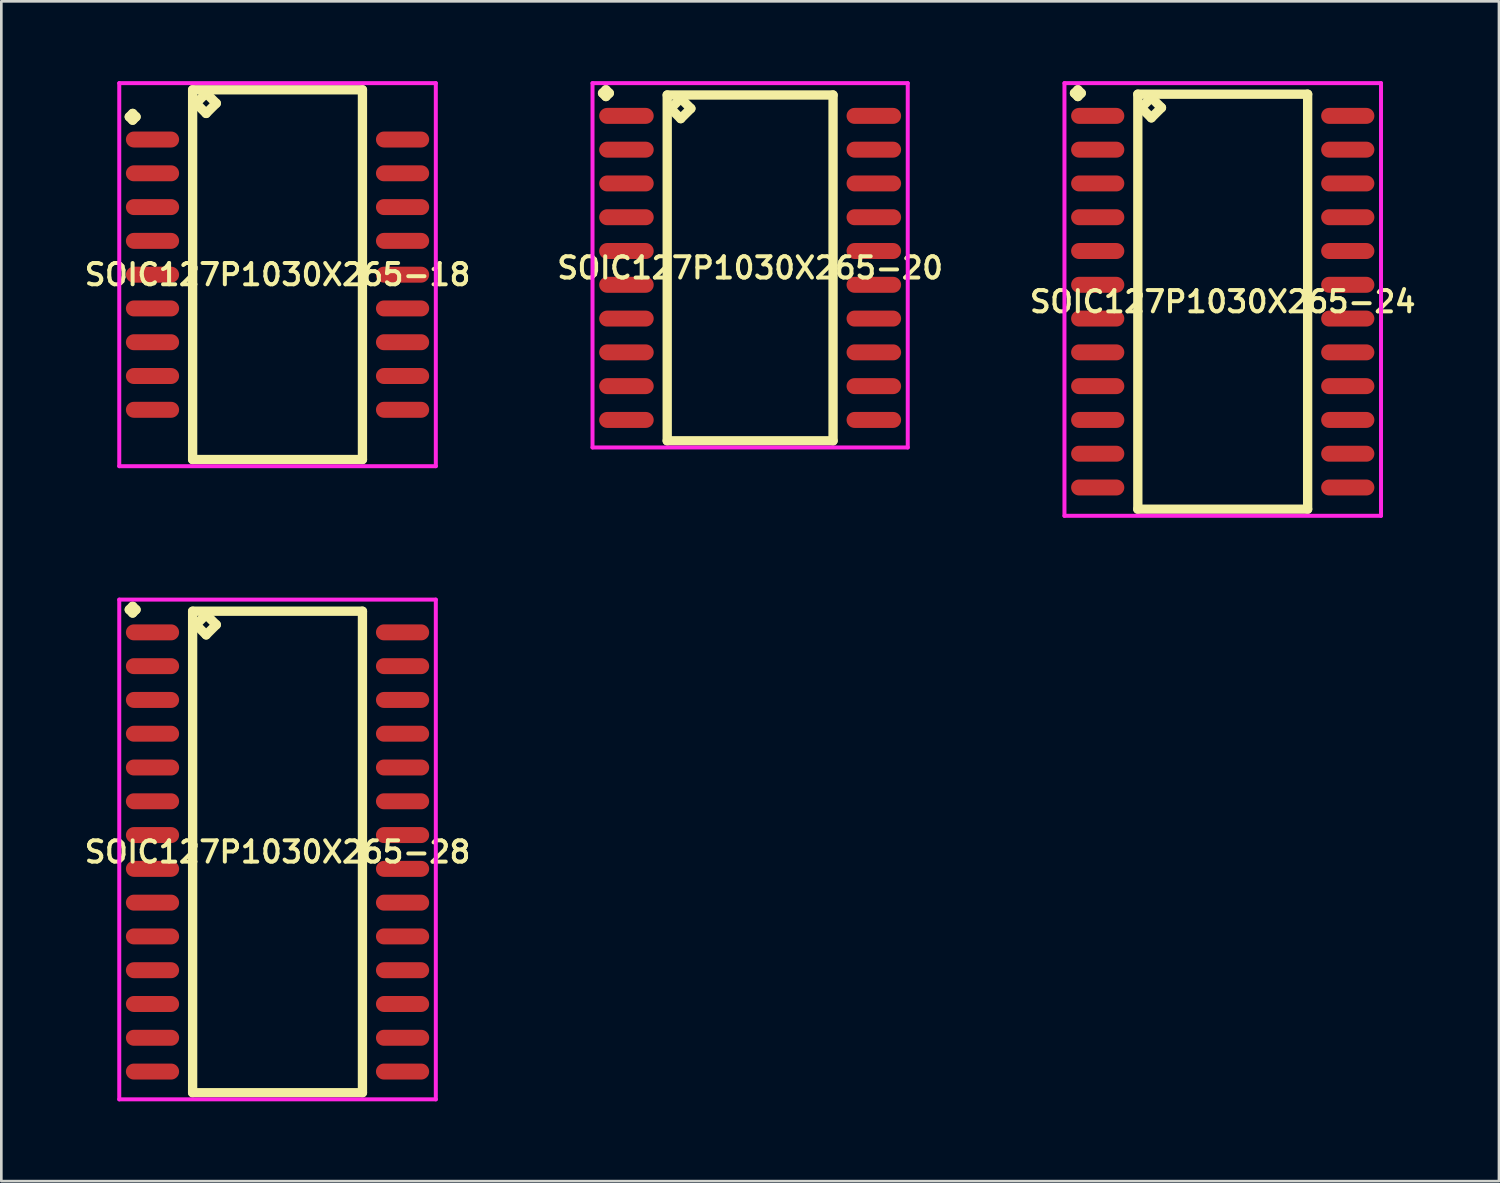
<source format=kicad_pcb>
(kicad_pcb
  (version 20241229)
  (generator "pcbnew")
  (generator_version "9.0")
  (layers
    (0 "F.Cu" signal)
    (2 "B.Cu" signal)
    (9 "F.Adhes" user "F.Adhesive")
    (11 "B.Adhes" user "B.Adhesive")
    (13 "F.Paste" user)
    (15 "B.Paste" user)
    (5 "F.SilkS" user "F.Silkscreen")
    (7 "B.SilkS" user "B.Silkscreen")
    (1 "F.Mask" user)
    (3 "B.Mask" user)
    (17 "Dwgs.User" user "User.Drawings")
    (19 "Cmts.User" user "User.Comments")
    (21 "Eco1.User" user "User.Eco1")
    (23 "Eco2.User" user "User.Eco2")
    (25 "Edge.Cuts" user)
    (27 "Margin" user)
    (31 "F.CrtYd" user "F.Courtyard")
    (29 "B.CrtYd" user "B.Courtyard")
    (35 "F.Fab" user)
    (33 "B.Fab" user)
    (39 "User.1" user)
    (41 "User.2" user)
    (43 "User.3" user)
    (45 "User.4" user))
  (footprint "SOIC127P1030X265-20"
    (layer "F.Cu")
    (at 25.149 7.021)
    (property "Reference" "SOIC127P1030X265-20" (at 0 0 0) (layer "F.SilkS") (effects (font (size 0.8 0.8) (thickness 0.15))))
    (attr smd)
    (fp_line (start -5.548 -6.569) (end -5.421 -6.696) (stroke (width 0.35) (type solid)) (layer "F.SilkS"))
    (fp_line (start -5.421 -6.696) (end -5.294 -6.569) (stroke (width 0.35) (type solid)) (layer "F.SilkS"))
    (fp_line (start -5.421 -6.442) (end -5.548 -6.569) (stroke (width 0.35) (type solid)) (layer "F.SilkS"))
    (fp_line (start -5.294 -6.569) (end -5.421 -6.442) (stroke (width 0.35) (type solid)) (layer "F.SilkS"))
    (fp_line (start -3.117 -6.5) (end -3.117 6.5) (stroke (width 0.35) (type solid)) (layer "F.SilkS"))
    (fp_line (start -3.117 6.5) (end 3.117 6.5) (stroke (width 0.35) (type solid)) (layer "F.SilkS"))
    (fp_line (start -2.99 -5.992) (end -2.609 -6.373) (stroke (width 0.35) (type solid)) (layer "F.SilkS"))
    (fp_line (start -2.609 -6.373) (end -2.228 -5.992) (stroke (width 0.35) (type solid)) (layer "F.SilkS"))
    (fp_line (start -2.609 -5.611) (end -2.99 -5.992) (stroke (width 0.35) (type solid)) (layer "F.SilkS"))
    (fp_line (start -2.228 -5.992) (end -2.609 -5.611) (stroke (width 0.35) (type solid)) (layer "F.SilkS"))
    (fp_line (start 3.117 -6.5) (end -3.117 -6.5) (stroke (width 0.35) (type solid)) (layer "F.SilkS"))
    (fp_line (start 3.117 6.5) (end 3.117 -6.5) (stroke (width 0.35) (type solid)) (layer "F.SilkS"))
    (fp_line (start -5.925 -6.946) (end 5.925 -6.946) (stroke (width 0.15) (type solid)) (layer "F.CrtYd"))
    (fp_line (start -5.925 6.75) (end -5.925 -6.946) (stroke (width 0.15) (type solid)) (layer "F.CrtYd"))
    (fp_line (start 5.925 -6.946) (end 5.925 6.75) (stroke (width 0.15) (type solid)) (layer "F.CrtYd"))
    (fp_line (start 5.925 6.75) (end -5.925 6.75) (stroke (width 0.15) (type solid)) (layer "F.CrtYd"))
    (pad "1" smd oval (at -4.65 -5.715) (size 2.05 0.6) (layers "F.Cu" "F.Mask" "F.Paste"))
    (pad "2" smd oval (at -4.65 -4.445) (size 2.05 0.6) (layers "F.Cu" "F.Mask" "F.Paste"))
    (pad "3" smd oval (at -4.65 -3.175) (size 2.05 0.6) (layers "F.Cu" "F.Mask" "F.Paste"))
    (pad "4" smd oval (at -4.65 -1.905) (size 2.05 0.6) (layers "F.Cu" "F.Mask" "F.Paste"))
    (pad "5" smd oval (at -4.65 -0.635) (size 2.05 0.6) (layers "F.Cu" "F.Mask" "F.Paste"))
    (pad "6" smd oval (at -4.65 0.635) (size 2.05 0.6) (layers "F.Cu" "F.Mask" "F.Paste"))
    (pad "7" smd oval (at -4.65 1.905) (size 2.05 0.6) (layers "F.Cu" "F.Mask" "F.Paste"))
    (pad "8" smd oval (at -4.65 3.175) (size 2.05 0.6) (layers "F.Cu" "F.Mask" "F.Paste"))
    (pad "9" smd oval (at -4.65 4.445) (size 2.05 0.6) (layers "F.Cu" "F.Mask" "F.Paste"))
    (pad "10" smd oval (at -4.65 5.715) (size 2.05 0.6) (layers "F.Cu" "F.Mask" "F.Paste"))
    (pad "11" smd oval (at 4.65 5.715) (size 2.05 0.6) (layers "F.Cu" "F.Mask" "F.Paste"))
    (pad "12" smd oval (at 4.65 4.445) (size 2.05 0.6) (layers "F.Cu" "F.Mask" "F.Paste"))
    (pad "13" smd oval (at 4.65 3.175) (size 2.05 0.6) (layers "F.Cu" "F.Mask" "F.Paste"))
    (pad "14" smd oval (at 4.65 1.905) (size 2.05 0.6) (layers "F.Cu" "F.Mask" "F.Paste"))
    (pad "15" smd oval (at 4.65 0.635) (size 2.05 0.6) (layers "F.Cu" "F.Mask" "F.Paste"))
    (pad "16" smd oval (at 4.65 -0.635) (size 2.05 0.6) (layers "F.Cu" "F.Mask" "F.Paste"))
    (pad "17" smd oval (at 4.65 -1.905) (size 2.05 0.6) (layers "F.Cu" "F.Mask" "F.Paste"))
    (pad "18" smd oval (at 4.65 -3.175) (size 2.05 0.6) (layers "F.Cu" "F.Mask" "F.Paste"))
    (pad "19" smd oval (at 4.65 -4.445) (size 2.05 0.6) (layers "F.Cu" "F.Mask" "F.Paste"))
    (pad "20" smd oval (at 4.65 -5.715) (size 2.05 0.6) (layers "F.Cu" "F.Mask" "F.Paste")))
  (footprint "SOIC127P1030X265-24"
    (layer "F.Cu")
    (at 42.915 8.291)
    (property "Reference" "SOIC127P1030X265-24" (at 0 0 0) (layer "F.SilkS") (effects (font (size 0.8 0.8) (thickness 0.15))))
    (attr through_hole)
    (fp_line (start -5.573 -7.839) (end -5.446 -7.966) (stroke (width 0.35) (type solid)) (layer "F.SilkS"))
    (fp_line (start -5.446 -7.966) (end -5.319 -7.839) (stroke (width 0.35) (type solid)) (layer "F.SilkS"))
    (fp_line (start -5.446 -7.712) (end -5.573 -7.839) (stroke (width 0.35) (type solid)) (layer "F.SilkS"))
    (fp_line (start -5.319 -7.839) (end -5.446 -7.712) (stroke (width 0.35) (type solid)) (layer "F.SilkS"))
    (fp_line (start -3.192 -7.8) (end -3.192 7.8) (stroke (width 0.35) (type solid)) (layer "F.SilkS"))
    (fp_line (start -3.192 7.8) (end 3.192 7.8) (stroke (width 0.35) (type solid)) (layer "F.SilkS"))
    (fp_line (start -3.065 -7.292) (end -2.684 -7.673) (stroke (width 0.35) (type solid)) (layer "F.SilkS"))
    (fp_line (start -2.684 -7.673) (end -2.303 -7.292) (stroke (width 0.35) (type solid)) (layer "F.SilkS"))
    (fp_line (start -2.684 -6.911) (end -3.065 -7.292) (stroke (width 0.35) (type solid)) (layer "F.SilkS"))
    (fp_line (start -2.303 -7.292) (end -2.684 -6.911) (stroke (width 0.35) (type solid)) (layer "F.SilkS"))
    (fp_line (start 3.192 -7.8) (end -3.192 -7.8) (stroke (width 0.35) (type solid)) (layer "F.SilkS"))
    (fp_line (start 3.192 7.8) (end 3.192 -7.8) (stroke (width 0.35) (type solid)) (layer "F.SilkS"))
    (fp_line (start -5.95 -8.216) (end 5.95 -8.216) (stroke (width 0.15) (type solid)) (layer "F.CrtYd"))
    (fp_line (start -5.95 8.05) (end -5.95 -8.216) (stroke (width 0.15) (type solid)) (layer "F.CrtYd"))
    (fp_line (start 5.95 -8.216) (end 5.95 8.05) (stroke (width 0.15) (type solid)) (layer "F.CrtYd"))
    (fp_line (start 5.95 8.05) (end -5.95 8.05) (stroke (width 0.15) (type solid)) (layer "F.CrtYd"))
    (pad "1" smd oval (at -4.7 -6.985) (size 2 0.6) (layers "F.Cu" "F.Mask" "F.Paste"))
    (pad "2" smd oval (at -4.7 -5.715) (size 2 0.6) (layers "F.Cu" "F.Mask" "F.Paste"))
    (pad "3" smd oval (at -4.7 -4.445) (size 2 0.6) (layers "F.Cu" "F.Mask" "F.Paste"))
    (pad "4" smd oval (at -4.7 -3.175) (size 2 0.6) (layers "F.Cu" "F.Mask" "F.Paste"))
    (pad "5" smd oval (at -4.7 -1.905) (size 2 0.6) (layers "F.Cu" "F.Mask" "F.Paste"))
    (pad "6" smd oval (at -4.7 -0.635) (size 2 0.6) (layers "F.Cu" "F.Mask" "F.Paste"))
    (pad "7" smd oval (at -4.7 0.635) (size 2 0.6) (layers "F.Cu" "F.Mask" "F.Paste"))
    (pad "8" smd oval (at -4.7 1.905) (size 2 0.6) (layers "F.Cu" "F.Mask" "F.Paste"))
    (pad "9" smd oval (at -4.7 3.175) (size 2 0.6) (layers "F.Cu" "F.Mask" "F.Paste"))
    (pad "10" smd oval (at -4.7 4.445) (size 2 0.6) (layers "F.Cu" "F.Mask" "F.Paste"))
    (pad "11" smd oval (at -4.7 5.715) (size 2 0.6) (layers "F.Cu" "F.Mask" "F.Paste"))
    (pad "12" smd oval (at -4.7 6.985) (size 2 0.6) (layers "F.Cu" "F.Mask" "F.Paste"))
    (pad "13" smd oval (at 4.7 6.985) (size 2 0.6) (layers "F.Cu" "F.Mask" "F.Paste"))
    (pad "14" smd oval (at 4.7 5.715) (size 2 0.6) (layers "F.Cu" "F.Mask" "F.Paste"))
    (pad "15" smd oval (at 4.7 4.445) (size 2 0.6) (layers "F.Cu" "F.Mask" "F.Paste"))
    (pad "16" smd oval (at 4.7 3.175) (size 2 0.6) (layers "F.Cu" "F.Mask" "F.Paste"))
    (pad "17" smd oval (at 4.7 1.905) (size 2 0.6) (layers "F.Cu" "F.Mask" "F.Paste"))
    (pad "18" smd oval (at 4.7 0.635) (size 2 0.6) (layers "F.Cu" "F.Mask" "F.Paste"))
    (pad "19" smd oval (at 4.7 -0.635) (size 2 0.6) (layers "F.Cu" "F.Mask" "F.Paste"))
    (pad "20" smd oval (at 4.7 -1.905) (size 2 0.6) (layers "F.Cu" "F.Mask" "F.Paste"))
    (pad "21" smd oval (at 4.7 -3.175) (size 2 0.6) (layers "F.Cu" "F.Mask" "F.Paste"))
    (pad "22" smd oval (at 4.7 -4.445) (size 2 0.6) (layers "F.Cu" "F.Mask" "F.Paste"))
    (pad "23" smd oval (at 4.7 -5.715) (size 2 0.6) (layers "F.Cu" "F.Mask" "F.Paste"))
    (pad "24" smd oval (at 4.7 -6.985) (size 2 0.6) (layers "F.Cu" "F.Mask" "F.Paste")))
  (footprint "SOIC127P1030X265-28"
    (layer "F.Cu")
    (at 7.383 28.977)
    (property "Reference" "SOIC127P1030X265-28" (at 0 0 0) (layer "F.SilkS") (effects (font (size 0.8 0.8) (thickness 0.15))))
    (attr smd)
    (fp_line (start -5.573 -9.109) (end -5.446 -9.236) (stroke (width 0.35) (type solid)) (layer "F.SilkS"))
    (fp_line (start -5.446 -9.236) (end -5.319 -9.109) (stroke (width 0.35) (type solid)) (layer "F.SilkS"))
    (fp_line (start -5.446 -8.982) (end -5.573 -9.109) (stroke (width 0.35) (type solid)) (layer "F.SilkS"))
    (fp_line (start -5.319 -9.109) (end -5.446 -8.982) (stroke (width 0.35) (type solid)) (layer "F.SilkS"))
    (fp_line (start -3.192 -9.05) (end -3.192 9.05) (stroke (width 0.35) (type solid)) (layer "F.SilkS"))
    (fp_line (start -3.192 9.05) (end 3.192 9.05) (stroke (width 0.35) (type solid)) (layer "F.SilkS"))
    (fp_line (start -3.065 -8.542) (end -2.684 -8.923) (stroke (width 0.35) (type solid)) (layer "F.SilkS"))
    (fp_line (start -2.684 -8.923) (end -2.303 -8.542) (stroke (width 0.35) (type solid)) (layer "F.SilkS"))
    (fp_line (start -2.684 -8.161) (end -3.065 -8.542) (stroke (width 0.35) (type solid)) (layer "F.SilkS"))
    (fp_line (start -2.303 -8.542) (end -2.684 -8.161) (stroke (width 0.35) (type solid)) (layer "F.SilkS"))
    (fp_line (start 3.192 -9.05) (end -3.192 -9.05) (stroke (width 0.35) (type solid)) (layer "F.SilkS"))
    (fp_line (start 3.192 9.05) (end 3.192 -9.05) (stroke (width 0.35) (type solid)) (layer "F.SilkS"))
    (fp_line (start -5.95 -9.486) (end 5.95 -9.486) (stroke (width 0.15) (type solid)) (layer "F.CrtYd"))
    (fp_line (start -5.95 9.3) (end -5.95 -9.486) (stroke (width 0.15) (type solid)) (layer "F.CrtYd"))
    (fp_line (start 5.95 -9.486) (end 5.95 9.3) (stroke (width 0.15) (type solid)) (layer "F.CrtYd"))
    (fp_line (start 5.95 9.3) (end -5.95 9.3) (stroke (width 0.15) (type solid)) (layer "F.CrtYd"))
    (pad "1" smd oval (at -4.7 -8.255) (size 2 0.6) (layers "F.Cu" "F.Mask" "F.Paste"))
    (pad "2" smd oval (at -4.7 -6.985) (size 2 0.6) (layers "F.Cu" "F.Mask" "F.Paste"))
    (pad "3" smd oval (at -4.7 -5.715) (size 2 0.6) (layers "F.Cu" "F.Mask" "F.Paste"))
    (pad "4" smd oval (at -4.7 -4.445) (size 2 0.6) (layers "F.Cu" "F.Mask" "F.Paste"))
    (pad "5" smd oval (at -4.7 -3.175) (size 2 0.6) (layers "F.Cu" "F.Mask" "F.Paste"))
    (pad "6" smd oval (at -4.7 -1.905) (size 2 0.6) (layers "F.Cu" "F.Mask" "F.Paste"))
    (pad "7" smd oval (at -4.7 -0.635) (size 2 0.6) (layers "F.Cu" "F.Mask" "F.Paste"))
    (pad "8" smd oval (at -4.7 0.635) (size 2 0.6) (layers "F.Cu" "F.Mask" "F.Paste"))
    (pad "9" smd oval (at -4.7 1.905) (size 2 0.6) (layers "F.Cu" "F.Mask" "F.Paste"))
    (pad "10" smd oval (at -4.7 3.175) (size 2 0.6) (layers "F.Cu" "F.Mask" "F.Paste"))
    (pad "11" smd oval (at -4.7 4.445) (size 2 0.6) (layers "F.Cu" "F.Mask" "F.Paste"))
    (pad "12" smd oval (at -4.7 5.715) (size 2 0.6) (layers "F.Cu" "F.Mask" "F.Paste"))
    (pad "13" smd oval (at -4.7 6.985) (size 2 0.6) (layers "F.Cu" "F.Mask" "F.Paste"))
    (pad "14" smd oval (at -4.7 8.255) (size 2 0.6) (layers "F.Cu" "F.Mask" "F.Paste"))
    (pad "15" smd oval (at 4.7 8.255) (size 2 0.6) (layers "F.Cu" "F.Mask" "F.Paste"))
    (pad "16" smd oval (at 4.7 6.985) (size 2 0.6) (layers "F.Cu" "F.Mask" "F.Paste"))
    (pad "17" smd oval (at 4.7 5.715) (size 2 0.6) (layers "F.Cu" "F.Mask" "F.Paste"))
    (pad "18" smd oval (at 4.7 4.445) (size 2 0.6) (layers "F.Cu" "F.Mask" "F.Paste"))
    (pad "19" smd oval (at 4.7 3.175) (size 2 0.6) (layers "F.Cu" "F.Mask" "F.Paste"))
    (pad "20" smd oval (at 4.7 1.905) (size 2 0.6) (layers "F.Cu" "F.Mask" "F.Paste"))
    (pad "21" smd oval (at 4.7 0.635) (size 2 0.6) (layers "F.Cu" "F.Mask" "F.Paste"))
    (pad "22" smd oval (at 4.7 -0.635) (size 2 0.6) (layers "F.Cu" "F.Mask" "F.Paste"))
    (pad "23" smd oval (at 4.7 -1.905) (size 2 0.6) (layers "F.Cu" "F.Mask" "F.Paste"))
    (pad "24" smd oval (at 4.7 -3.175) (size 2 0.6) (layers "F.Cu" "F.Mask" "F.Paste"))
    (pad "25" smd oval (at 4.7 -4.445) (size 2 0.6) (layers "F.Cu" "F.Mask" "F.Paste"))
    (pad "26" smd oval (at 4.7 -5.715) (size 2 0.6) (layers "F.Cu" "F.Mask" "F.Paste"))
    (pad "27" smd oval (at 4.7 -6.985) (size 2 0.6) (layers "F.Cu" "F.Mask" "F.Paste"))
    (pad "28" smd oval (at 4.7 -8.255) (size 2 0.6) (layers "F.Cu" "F.Mask" "F.Paste")))
  (footprint "SOIC127P1030X265-18"
    (layer "F.Cu")
    (at 7.383 7.275)
    (property "Reference" "SOIC127P1030X265-18" (at 0 0 0) (layer "F.SilkS") (effects (font (size 0.8 0.8) (thickness 0.15))))
    (attr through_hole)
    (fp_line (start -5.573 -5.934) (end -5.446 -6.061) (stroke (width 0.35) (type solid)) (layer "F.SilkS"))
    (fp_line (start -5.446 -6.061) (end -5.319 -5.934) (stroke (width 0.35) (type solid)) (layer "F.SilkS"))
    (fp_line (start -5.446 -5.807) (end -5.573 -5.934) (stroke (width 0.35) (type solid)) (layer "F.SilkS"))
    (fp_line (start -5.319 -5.934) (end -5.446 -5.807) (stroke (width 0.35) (type solid)) (layer "F.SilkS"))
    (fp_line (start -3.192 -6.95) (end -3.192 6.95) (stroke (width 0.35) (type solid)) (layer "F.SilkS"))
    (fp_line (start -3.192 6.95) (end 3.192 6.95) (stroke (width 0.35) (type solid)) (layer "F.SilkS"))
    (fp_line (start -3.065 -6.442) (end -2.684 -6.823) (stroke (width 0.35) (type solid)) (layer "F.SilkS"))
    (fp_line (start -2.684 -6.823) (end -2.303 -6.442) (stroke (width 0.35) (type solid)) (layer "F.SilkS"))
    (fp_line (start -2.684 -6.061) (end -3.065 -6.442) (stroke (width 0.35) (type solid)) (layer "F.SilkS"))
    (fp_line (start -2.303 -6.442) (end -2.684 -6.061) (stroke (width 0.35) (type solid)) (layer "F.SilkS"))
    (fp_line (start 3.192 -6.95) (end -3.192 -6.95) (stroke (width 0.35) (type solid)) (layer "F.SilkS"))
    (fp_line (start 3.192 6.95) (end 3.192 -6.95) (stroke (width 0.35) (type solid)) (layer "F.SilkS"))
    (fp_line (start -5.95 -7.2) (end 5.95 -7.2) (stroke (width 0.15) (type solid)) (layer "F.CrtYd"))
    (fp_line (start -5.95 7.2) (end -5.95 -7.2) (stroke (width 0.15) (type solid)) (layer "F.CrtYd"))
    (fp_line (start 5.95 -7.2) (end 5.95 7.2) (stroke (width 0.15) (type solid)) (layer "F.CrtYd"))
    (fp_line (start 5.95 7.2) (end -5.95 7.2) (stroke (width 0.15) (type solid)) (layer "F.CrtYd"))
    (pad "1" smd oval (at -4.7 -5.08) (size 2 0.6) (layers "F.Cu" "F.Mask" "F.Paste"))
    (pad "2" smd oval (at -4.7 -3.81) (size 2 0.6) (layers "F.Cu" "F.Mask" "F.Paste"))
    (pad "3" smd oval (at -4.7 -2.54) (size 2 0.6) (layers "F.Cu" "F.Mask" "F.Paste"))
    (pad "4" smd oval (at -4.7 -1.27) (size 2 0.6) (layers "F.Cu" "F.Mask" "F.Paste"))
    (pad "5" smd oval (at -4.7 0) (size 2 0.6) (layers "F.Cu" "F.Mask" "F.Paste"))
    (pad "6" smd oval (at -4.7 1.27) (size 2 0.6) (layers "F.Cu" "F.Mask" "F.Paste"))
    (pad "7" smd oval (at -4.7 2.54) (size 2 0.6) (layers "F.Cu" "F.Mask" "F.Paste"))
    (pad "8" smd oval (at -4.7 3.81) (size 2 0.6) (layers "F.Cu" "F.Mask" "F.Paste"))
    (pad "9" smd oval (at -4.7 5.08) (size 2 0.6) (layers "F.Cu" "F.Mask" "F.Paste"))
    (pad "10" smd oval (at 4.7 5.08) (size 2 0.6) (layers "F.Cu" "F.Mask" "F.Paste"))
    (pad "11" smd oval (at 4.7 3.81) (size 2 0.6) (layers "F.Cu" "F.Mask" "F.Paste"))
    (pad "12" smd oval (at 4.7 2.54) (size 2 0.6) (layers "F.Cu" "F.Mask" "F.Paste"))
    (pad "13" smd oval (at 4.7 1.27) (size 2 0.6) (layers "F.Cu" "F.Mask" "F.Paste"))
    (pad "14" smd oval (at 4.7 0) (size 2 0.6) (layers "F.Cu" "F.Mask" "F.Paste"))
    (pad "15" smd oval (at 4.7 -1.27) (size 2 0.6) (layers "F.Cu" "F.Mask" "F.Paste"))
    (pad "16" smd oval (at 4.7 -2.54) (size 2 0.6) (layers "F.Cu" "F.Mask" "F.Paste"))
    (pad "17" smd oval (at 4.7 -3.81) (size 2 0.6) (layers "F.Cu" "F.Mask" "F.Paste"))
    (pad "18" smd oval (at 4.7 -5.08) (size 2 0.6) (layers "F.Cu" "F.Mask" "F.Paste")))
  (gr_rect
    (start -3 -3)
    (end 53.299 41.352)
    (stroke (width 0.1) (type default))
    (fill no)
    (layer "Edge.Cuts")))
</source>
